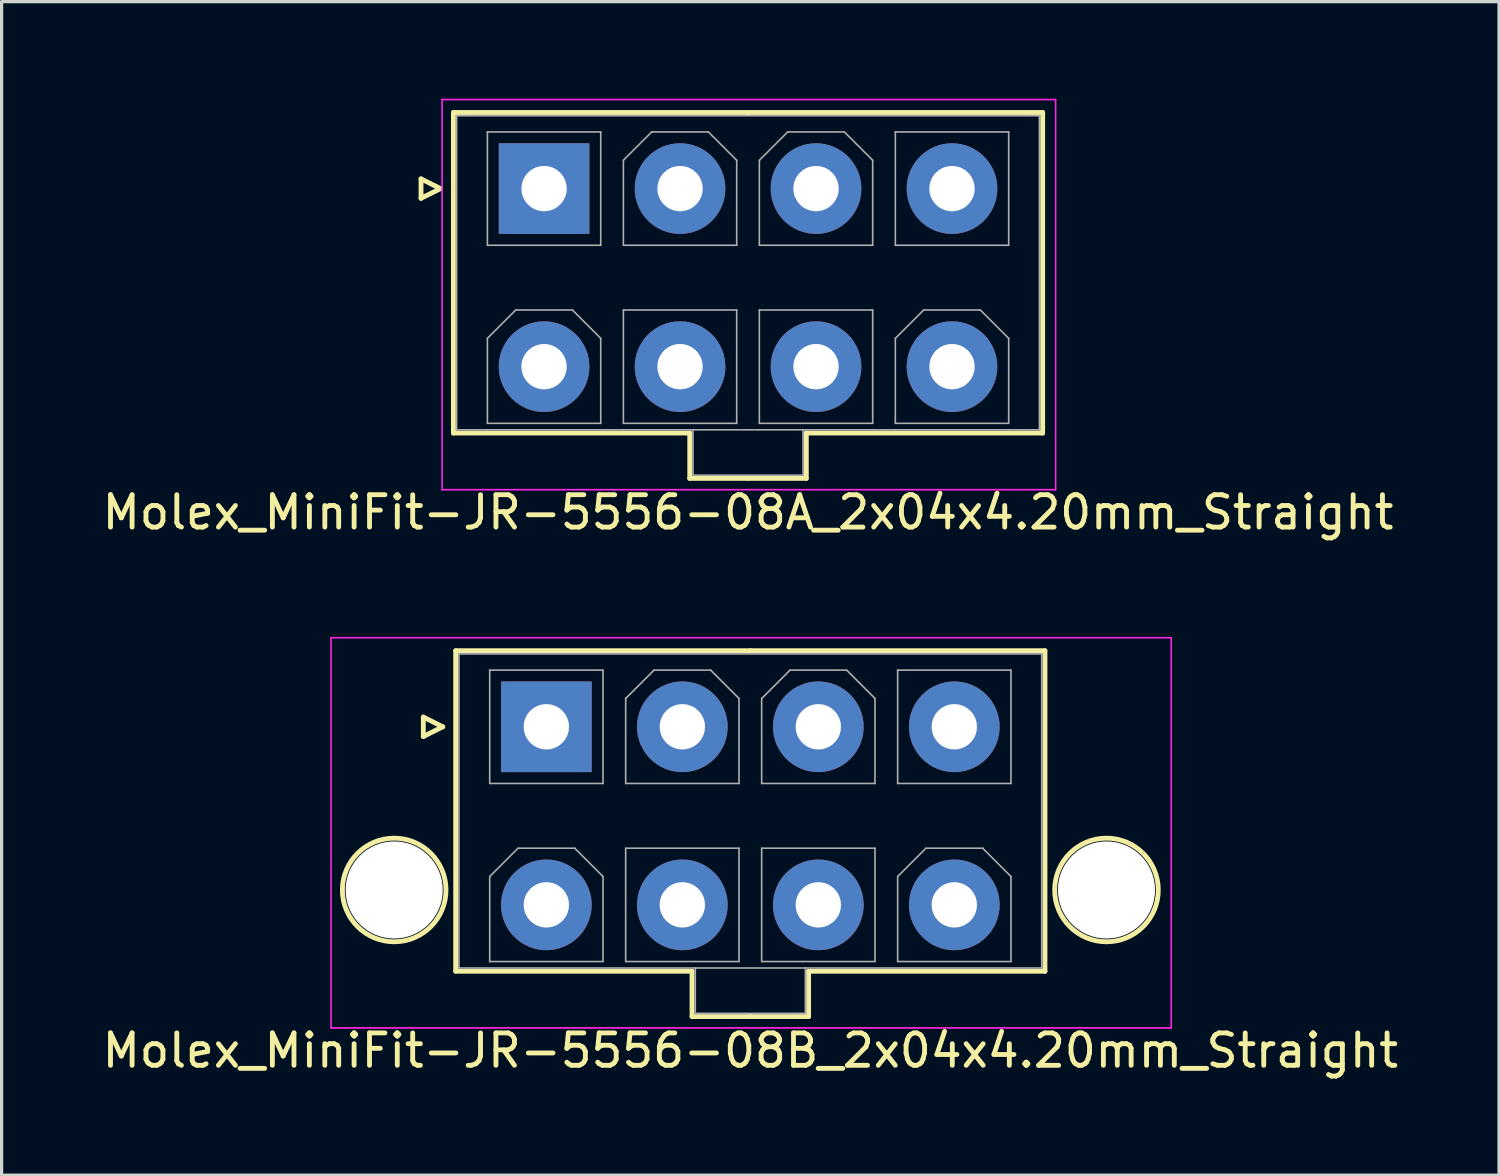
<source format=kicad_pcb>
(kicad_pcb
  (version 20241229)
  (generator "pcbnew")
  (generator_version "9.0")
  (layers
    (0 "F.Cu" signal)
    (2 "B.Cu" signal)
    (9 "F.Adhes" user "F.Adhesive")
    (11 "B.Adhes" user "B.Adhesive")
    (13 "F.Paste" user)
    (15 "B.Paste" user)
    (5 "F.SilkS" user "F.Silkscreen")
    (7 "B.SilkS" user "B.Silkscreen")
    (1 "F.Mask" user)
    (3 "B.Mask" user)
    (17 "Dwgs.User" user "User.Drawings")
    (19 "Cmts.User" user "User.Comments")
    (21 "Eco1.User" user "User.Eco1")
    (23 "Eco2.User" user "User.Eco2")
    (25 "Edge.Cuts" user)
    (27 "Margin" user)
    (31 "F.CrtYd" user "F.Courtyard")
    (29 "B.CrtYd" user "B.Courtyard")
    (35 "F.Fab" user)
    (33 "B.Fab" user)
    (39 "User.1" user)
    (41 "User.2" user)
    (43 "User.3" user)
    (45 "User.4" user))
  (footprint "Molex_MiniFit-JR-5556-08B_2x04x4.20mm_Straight"
    (layer "F.Cu")
    (at 13.825 19.398)
    (property "Reference" "Molex_MiniFit-JR-5556-08B_2x04x4.20mm_Straight" (at 6.3 10 0) (layer "F.SilkS") (effects (font (size 1 1) (thickness 0.15))))
    (attr through_hole)
    (fp_line (start -3.8 -0.3) (end -3.2 0) (stroke (width 0.15) (type solid)) (layer "F.SilkS"))
    (fp_line (start -3.8 0.3) (end -3.8 -0.3) (stroke (width 0.15) (type solid)) (layer "F.SilkS"))
    (fp_line (start -3.2 0) (end -3.8 0.3) (stroke (width 0.15) (type solid)) (layer "F.SilkS"))
    (fp_line (start -2.8 -2.35) (end -2.8 7.55) (stroke (width 0.15) (type solid)) (layer "F.SilkS"))
    (fp_line (start -2.8 7.55) (end 4.5 7.55) (stroke (width 0.15) (type solid)) (layer "F.SilkS"))
    (fp_line (start 4.5 7.55) (end 4.5 8.95) (stroke (width 0.15) (type solid)) (layer "F.SilkS"))
    (fp_line (start 4.5 8.95) (end 6.3 8.95) (stroke (width 0.15) (type solid)) (layer "F.SilkS"))
    (fp_line (start 6.3 -2.35) (end -2.8 -2.35) (stroke (width 0.15) (type solid)) (layer "F.SilkS"))
    (fp_line (start 6.3 -2.35) (end 15.4 -2.35) (stroke (width 0.15) (type solid)) (layer "F.SilkS"))
    (fp_line (start 8.1 7.55) (end 8.1 8.95) (stroke (width 0.15) (type solid)) (layer "F.SilkS"))
    (fp_line (start 8.1 8.95) (end 6.3 8.95) (stroke (width 0.15) (type solid)) (layer "F.SilkS"))
    (fp_line (start 15.4 -2.35) (end 15.4 7.55) (stroke (width 0.15) (type solid)) (layer "F.SilkS"))
    (fp_line (start 15.4 7.55) (end 8.1 7.55) (stroke (width 0.15) (type solid)) (layer "F.SilkS"))
    (fp_circle (center -4.7 5.04) (end -3.1 5.04) (stroke (width 0.15) (type solid)) (fill no) (layer "F.SilkS"))
    (fp_circle (center 17.3 5.04) (end 18.9 5.04) (stroke (width 0.15) (type solid)) (fill no) (layer "F.SilkS"))
    (fp_line (start -6.65 -2.75) (end -6.65 9.3) (stroke (width 0.05) (type solid)) (layer "F.CrtYd"))
    (fp_line (start -6.65 9.3) (end 19.3 9.3) (stroke (width 0.05) (type solid)) (layer "F.CrtYd"))
    (fp_line (start 19.3 -2.75) (end -6.65 -2.75) (stroke (width 0.05) (type solid)) (layer "F.CrtYd"))
    (fp_line (start 19.3 9.3) (end 19.3 -2.75) (stroke (width 0.05) (type solid)) (layer "F.CrtYd"))
    (fp_line (start -2.7 -2.25) (end -2.7 7.45) (stroke (width 0.05) (type solid)) (layer "F.Fab"))
    (fp_line (start -2.7 7.45) (end 15.3 7.45) (stroke (width 0.05) (type solid)) (layer "F.Fab"))
    (fp_line (start -1.75 -1.75) (end -1.75 1.75) (stroke (width 0.05) (type solid)) (layer "F.Fab"))
    (fp_line (start -1.75 1.75) (end 1.75 1.75) (stroke (width 0.05) (type solid)) (layer "F.Fab"))
    (fp_line (start -1.75 4.625) (end -0.875 3.75) (stroke (width 0.05) (type solid)) (layer "F.Fab"))
    (fp_line (start -1.75 7.25) (end -1.75 4.625) (stroke (width 0.05) (type solid)) (layer "F.Fab"))
    (fp_line (start -0.875 3.75) (end 0.875 3.75) (stroke (width 0.05) (type solid)) (layer "F.Fab"))
    (fp_line (start 0.875 3.75) (end 1.75 4.625) (stroke (width 0.05) (type solid)) (layer "F.Fab"))
    (fp_line (start 1.75 -1.75) (end -1.75 -1.75) (stroke (width 0.05) (type solid)) (layer "F.Fab"))
    (fp_line (start 1.75 1.75) (end 1.75 -1.75) (stroke (width 0.05) (type solid)) (layer "F.Fab"))
    (fp_line (start 1.75 4.625) (end 1.75 7.25) (stroke (width 0.05) (type solid)) (layer "F.Fab"))
    (fp_line (start 1.75 7.25) (end -1.75 7.25) (stroke (width 0.05) (type solid)) (layer "F.Fab"))
    (fp_line (start 2.45 -0.875) (end 3.325 -1.75) (stroke (width 0.05) (type solid)) (layer "F.Fab"))
    (fp_line (start 2.45 1.75) (end 2.45 -0.875) (stroke (width 0.05) (type solid)) (layer "F.Fab"))
    (fp_line (start 2.45 3.75) (end 2.45 7.25) (stroke (width 0.05) (type solid)) (layer "F.Fab"))
    (fp_line (start 2.45 7.25) (end 5.95 7.25) (stroke (width 0.05) (type solid)) (layer "F.Fab"))
    (fp_line (start 3.325 -1.75) (end 5.075 -1.75) (stroke (width 0.05) (type solid)) (layer "F.Fab"))
    (fp_line (start 4.6 7.45) (end 4.6 8.85) (stroke (width 0.05) (type solid)) (layer "F.Fab"))
    (fp_line (start 4.6 8.85) (end 8 8.85) (stroke (width 0.05) (type solid)) (layer "F.Fab"))
    (fp_line (start 5.075 -1.75) (end 5.95 -0.875) (stroke (width 0.05) (type solid)) (layer "F.Fab"))
    (fp_line (start 5.95 -0.875) (end 5.95 1.75) (stroke (width 0.05) (type solid)) (layer "F.Fab"))
    (fp_line (start 5.95 1.75) (end 2.45 1.75) (stroke (width 0.05) (type solid)) (layer "F.Fab"))
    (fp_line (start 5.95 3.75) (end 2.45 3.75) (stroke (width 0.05) (type solid)) (layer "F.Fab"))
    (fp_line (start 5.95 7.25) (end 5.95 3.75) (stroke (width 0.05) (type solid)) (layer "F.Fab"))
    (fp_line (start 6.65 -0.875) (end 7.525 -1.75) (stroke (width 0.05) (type solid)) (layer "F.Fab"))
    (fp_line (start 6.65 1.75) (end 6.65 -0.875) (stroke (width 0.05) (type solid)) (layer "F.Fab"))
    (fp_line (start 6.65 3.75) (end 6.65 7.25) (stroke (width 0.05) (type solid)) (layer "F.Fab"))
    (fp_line (start 6.65 7.25) (end 10.15 7.25) (stroke (width 0.05) (type solid)) (layer "F.Fab"))
    (fp_line (start 7.525 -1.75) (end 9.275 -1.75) (stroke (width 0.05) (type solid)) (layer "F.Fab"))
    (fp_line (start 8 8.85) (end 8 7.45) (stroke (width 0.05) (type solid)) (layer "F.Fab"))
    (fp_line (start 9.275 -1.75) (end 10.15 -0.875) (stroke (width 0.05) (type solid)) (layer "F.Fab"))
    (fp_line (start 10.15 -0.875) (end 10.15 1.75) (stroke (width 0.05) (type solid)) (layer "F.Fab"))
    (fp_line (start 10.15 1.75) (end 6.65 1.75) (stroke (width 0.05) (type solid)) (layer "F.Fab"))
    (fp_line (start 10.15 3.75) (end 6.65 3.75) (stroke (width 0.05) (type solid)) (layer "F.Fab"))
    (fp_line (start 10.15 7.25) (end 10.15 3.75) (stroke (width 0.05) (type solid)) (layer "F.Fab"))
    (fp_line (start 10.85 -1.75) (end 10.85 1.75) (stroke (width 0.05) (type solid)) (layer "F.Fab"))
    (fp_line (start 10.85 1.75) (end 14.35 1.75) (stroke (width 0.05) (type solid)) (layer "F.Fab"))
    (fp_line (start 10.85 4.625) (end 11.725 3.75) (stroke (width 0.05) (type solid)) (layer "F.Fab"))
    (fp_line (start 10.85 7.25) (end 10.85 4.625) (stroke (width 0.05) (type solid)) (layer "F.Fab"))
    (fp_line (start 11.725 3.75) (end 13.475 3.75) (stroke (width 0.05) (type solid)) (layer "F.Fab"))
    (fp_line (start 13.475 3.75) (end 14.35 4.625) (stroke (width 0.05) (type solid)) (layer "F.Fab"))
    (fp_line (start 14.35 -1.75) (end 10.85 -1.75) (stroke (width 0.05) (type solid)) (layer "F.Fab"))
    (fp_line (start 14.35 1.75) (end 14.35 -1.75) (stroke (width 0.05) (type solid)) (layer "F.Fab"))
    (fp_line (start 14.35 4.625) (end 14.35 7.25) (stroke (width 0.05) (type solid)) (layer "F.Fab"))
    (fp_line (start 14.35 7.25) (end 10.85 7.25) (stroke (width 0.05) (type solid)) (layer "F.Fab"))
    (fp_line (start 15.3 -2.25) (end -2.7 -2.25) (stroke (width 0.05) (type solid)) (layer "F.Fab"))
    (fp_line (start 15.3 7.45) (end 15.3 -2.25) (stroke (width 0.05) (type solid)) (layer "F.Fab"))
    (pad "" np_thru_hole circle (at -4.7 5.04) (size 3 3) (drill 3) (layers "*.Cu"))
    (pad "" np_thru_hole circle (at 17.3 5.04) (size 3 3) (drill 3) (layers "*.Cu"))
    (pad "1" thru_hole rect (at 0 0) (size 2.8 2.8) (drill 1.4) (layers "*.Cu" "*.Mask"))
    (pad "2" thru_hole circle (at 4.2 0) (size 2.8 2.8) (drill 1.4) (layers "*.Cu" "*.Mask"))
    (pad "3" thru_hole circle (at 8.4 0) (size 2.8 2.8) (drill 1.4) (layers "*.Cu" "*.Mask"))
    (pad "4" thru_hole circle (at 12.6 0) (size 2.8 2.8) (drill 1.4) (layers "*.Cu" "*.Mask"))
    (pad "5" thru_hole circle (at 0 5.5) (size 2.8 2.8) (drill 1.4) (layers "*.Cu" "*.Mask"))
    (pad "6" thru_hole circle (at 4.2 5.5) (size 2.8 2.8) (drill 1.4) (layers "*.Cu" "*.Mask"))
    (pad "7" thru_hole circle (at 8.4 5.5) (size 2.8 2.8) (drill 1.4) (layers "*.Cu" "*.Mask"))
    (pad "8" thru_hole circle (at 12.6 5.5) (size 2.8 2.8) (drill 1.4) (layers "*.Cu" "*.Mask")))
  (footprint "Molex_MiniFit-JR-5556-08A_2x04x4.20mm_Straight"
    (layer "F.Cu")
    (at 13.754 2.775)
    (property "Reference" "Molex_MiniFit-JR-5556-08A_2x04x4.20mm_Straight" (at 6.3 10 0) (layer "F.SilkS") (effects (font (size 1 1) (thickness 0.15))))
    (attr through_hole)
    (fp_line (start -3.8 -0.3) (end -3.2 0) (stroke (width 0.15) (type solid)) (layer "F.SilkS"))
    (fp_line (start -3.8 0.3) (end -3.8 -0.3) (stroke (width 0.15) (type solid)) (layer "F.SilkS"))
    (fp_line (start -3.2 0) (end -3.8 0.3) (stroke (width 0.15) (type solid)) (layer "F.SilkS"))
    (fp_line (start -2.8 -2.35) (end -2.8 7.55) (stroke (width 0.15) (type solid)) (layer "F.SilkS"))
    (fp_line (start -2.8 7.55) (end 4.5 7.55) (stroke (width 0.15) (type solid)) (layer "F.SilkS"))
    (fp_line (start 4.5 7.55) (end 4.5 8.95) (stroke (width 0.15) (type solid)) (layer "F.SilkS"))
    (fp_line (start 4.5 8.95) (end 6.3 8.95) (stroke (width 0.15) (type solid)) (layer "F.SilkS"))
    (fp_line (start 6.3 -2.35) (end -2.8 -2.35) (stroke (width 0.15) (type solid)) (layer "F.SilkS"))
    (fp_line (start 6.3 -2.35) (end 15.4 -2.35) (stroke (width 0.15) (type solid)) (layer "F.SilkS"))
    (fp_line (start 8.1 7.55) (end 8.1 8.95) (stroke (width 0.15) (type solid)) (layer "F.SilkS"))
    (fp_line (start 8.1 8.95) (end 6.3 8.95) (stroke (width 0.15) (type solid)) (layer "F.SilkS"))
    (fp_line (start 15.4 -2.35) (end 15.4 7.55) (stroke (width 0.15) (type solid)) (layer "F.SilkS"))
    (fp_line (start 15.4 7.55) (end 8.1 7.55) (stroke (width 0.15) (type solid)) (layer "F.SilkS"))
    (fp_line (start -3.15 -2.75) (end -3.15 9.3) (stroke (width 0.05) (type solid)) (layer "F.CrtYd"))
    (fp_line (start -3.15 9.3) (end 15.8 9.3) (stroke (width 0.05) (type solid)) (layer "F.CrtYd"))
    (fp_line (start 15.8 -2.75) (end -3.15 -2.75) (stroke (width 0.05) (type solid)) (layer "F.CrtYd"))
    (fp_line (start 15.8 9.3) (end 15.8 -2.75) (stroke (width 0.05) (type solid)) (layer "F.CrtYd"))
    (fp_line (start -2.7 -2.25) (end -2.7 7.45) (stroke (width 0.05) (type solid)) (layer "F.Fab"))
    (fp_line (start -2.7 7.45) (end 15.3 7.45) (stroke (width 0.05) (type solid)) (layer "F.Fab"))
    (fp_line (start -1.75 -1.75) (end -1.75 1.75) (stroke (width 0.05) (type solid)) (layer "F.Fab"))
    (fp_line (start -1.75 1.75) (end 1.75 1.75) (stroke (width 0.05) (type solid)) (layer "F.Fab"))
    (fp_line (start -1.75 4.625) (end -0.875 3.75) (stroke (width 0.05) (type solid)) (layer "F.Fab"))
    (fp_line (start -1.75 7.25) (end -1.75 4.625) (stroke (width 0.05) (type solid)) (layer "F.Fab"))
    (fp_line (start -0.875 3.75) (end 0.875 3.75) (stroke (width 0.05) (type solid)) (layer "F.Fab"))
    (fp_line (start 0.875 3.75) (end 1.75 4.625) (stroke (width 0.05) (type solid)) (layer "F.Fab"))
    (fp_line (start 1.75 -1.75) (end -1.75 -1.75) (stroke (width 0.05) (type solid)) (layer "F.Fab"))
    (fp_line (start 1.75 1.75) (end 1.75 -1.75) (stroke (width 0.05) (type solid)) (layer "F.Fab"))
    (fp_line (start 1.75 4.625) (end 1.75 7.25) (stroke (width 0.05) (type solid)) (layer "F.Fab"))
    (fp_line (start 1.75 7.25) (end -1.75 7.25) (stroke (width 0.05) (type solid)) (layer "F.Fab"))
    (fp_line (start 2.45 -0.875) (end 3.325 -1.75) (stroke (width 0.05) (type solid)) (layer "F.Fab"))
    (fp_line (start 2.45 1.75) (end 2.45 -0.875) (stroke (width 0.05) (type solid)) (layer "F.Fab"))
    (fp_line (start 2.45 3.75) (end 2.45 7.25) (stroke (width 0.05) (type solid)) (layer "F.Fab"))
    (fp_line (start 2.45 7.25) (end 5.95 7.25) (stroke (width 0.05) (type solid)) (layer "F.Fab"))
    (fp_line (start 3.325 -1.75) (end 5.075 -1.75) (stroke (width 0.05) (type solid)) (layer "F.Fab"))
    (fp_line (start 4.6 7.45) (end 4.6 8.85) (stroke (width 0.05) (type solid)) (layer "F.Fab"))
    (fp_line (start 4.6 8.85) (end 8 8.85) (stroke (width 0.05) (type solid)) (layer "F.Fab"))
    (fp_line (start 5.075 -1.75) (end 5.95 -0.875) (stroke (width 0.05) (type solid)) (layer "F.Fab"))
    (fp_line (start 5.95 -0.875) (end 5.95 1.75) (stroke (width 0.05) (type solid)) (layer "F.Fab"))
    (fp_line (start 5.95 1.75) (end 2.45 1.75) (stroke (width 0.05) (type solid)) (layer "F.Fab"))
    (fp_line (start 5.95 3.75) (end 2.45 3.75) (stroke (width 0.05) (type solid)) (layer "F.Fab"))
    (fp_line (start 5.95 7.25) (end 5.95 3.75) (stroke (width 0.05) (type solid)) (layer "F.Fab"))
    (fp_line (start 6.65 -0.875) (end 7.525 -1.75) (stroke (width 0.05) (type solid)) (layer "F.Fab"))
    (fp_line (start 6.65 1.75) (end 6.65 -0.875) (stroke (width 0.05) (type solid)) (layer "F.Fab"))
    (fp_line (start 6.65 3.75) (end 6.65 7.25) (stroke (width 0.05) (type solid)) (layer "F.Fab"))
    (fp_line (start 6.65 7.25) (end 10.15 7.25) (stroke (width 0.05) (type solid)) (layer "F.Fab"))
    (fp_line (start 7.525 -1.75) (end 9.275 -1.75) (stroke (width 0.05) (type solid)) (layer "F.Fab"))
    (fp_line (start 8 8.85) (end 8 7.45) (stroke (width 0.05) (type solid)) (layer "F.Fab"))
    (fp_line (start 9.275 -1.75) (end 10.15 -0.875) (stroke (width 0.05) (type solid)) (layer "F.Fab"))
    (fp_line (start 10.15 -0.875) (end 10.15 1.75) (stroke (width 0.05) (type solid)) (layer "F.Fab"))
    (fp_line (start 10.15 1.75) (end 6.65 1.75) (stroke (width 0.05) (type solid)) (layer "F.Fab"))
    (fp_line (start 10.15 3.75) (end 6.65 3.75) (stroke (width 0.05) (type solid)) (layer "F.Fab"))
    (fp_line (start 10.15 7.25) (end 10.15 3.75) (stroke (width 0.05) (type solid)) (layer "F.Fab"))
    (fp_line (start 10.85 -1.75) (end 10.85 1.75) (stroke (width 0.05) (type solid)) (layer "F.Fab"))
    (fp_line (start 10.85 1.75) (end 14.35 1.75) (stroke (width 0.05) (type solid)) (layer "F.Fab"))
    (fp_line (start 10.85 4.625) (end 11.725 3.75) (stroke (width 0.05) (type solid)) (layer "F.Fab"))
    (fp_line (start 10.85 7.25) (end 10.85 4.625) (stroke (width 0.05) (type solid)) (layer "F.Fab"))
    (fp_line (start 11.725 3.75) (end 13.475 3.75) (stroke (width 0.05) (type solid)) (layer "F.Fab"))
    (fp_line (start 13.475 3.75) (end 14.35 4.625) (stroke (width 0.05) (type solid)) (layer "F.Fab"))
    (fp_line (start 14.35 -1.75) (end 10.85 -1.75) (stroke (width 0.05) (type solid)) (layer "F.Fab"))
    (fp_line (start 14.35 1.75) (end 14.35 -1.75) (stroke (width 0.05) (type solid)) (layer "F.Fab"))
    (fp_line (start 14.35 4.625) (end 14.35 7.25) (stroke (width 0.05) (type solid)) (layer "F.Fab"))
    (fp_line (start 14.35 7.25) (end 10.85 7.25) (stroke (width 0.05) (type solid)) (layer "F.Fab"))
    (fp_line (start 15.3 -2.25) (end -2.7 -2.25) (stroke (width 0.05) (type solid)) (layer "F.Fab"))
    (fp_line (start 15.3 7.45) (end 15.3 -2.25) (stroke (width 0.05) (type solid)) (layer "F.Fab"))
    (pad "1" thru_hole rect (at 0 0) (size 2.8 2.8) (drill 1.4) (layers "*.Cu" "*.Mask"))
    (pad "2" thru_hole circle (at 4.2 0) (size 2.8 2.8) (drill 1.4) (layers "*.Cu" "*.Mask"))
    (pad "3" thru_hole circle (at 8.4 0) (size 2.8 2.8) (drill 1.4) (layers "*.Cu" "*.Mask"))
    (pad "4" thru_hole circle (at 12.6 0) (size 2.8 2.8) (drill 1.4) (layers "*.Cu" "*.Mask"))
    (pad "5" thru_hole circle (at 0 5.5) (size 2.8 2.8) (drill 1.4) (layers "*.Cu" "*.Mask"))
    (pad "6" thru_hole circle (at 4.2 5.5) (size 2.8 2.8) (drill 1.4) (layers "*.Cu" "*.Mask"))
    (pad "7" thru_hole circle (at 8.4 5.5) (size 2.8 2.8) (drill 1.4) (layers "*.Cu" "*.Mask"))
    (pad "8" thru_hole circle (at 12.6 5.5) (size 2.8 2.8) (drill 1.4) (layers "*.Cu" "*.Mask")))
  (gr_rect
    (start -3 -3)
    (end 43.25 33.246)
    (stroke (width 0.1) (type default))
    (fill no)
    (layer "Edge.Cuts")))
</source>
